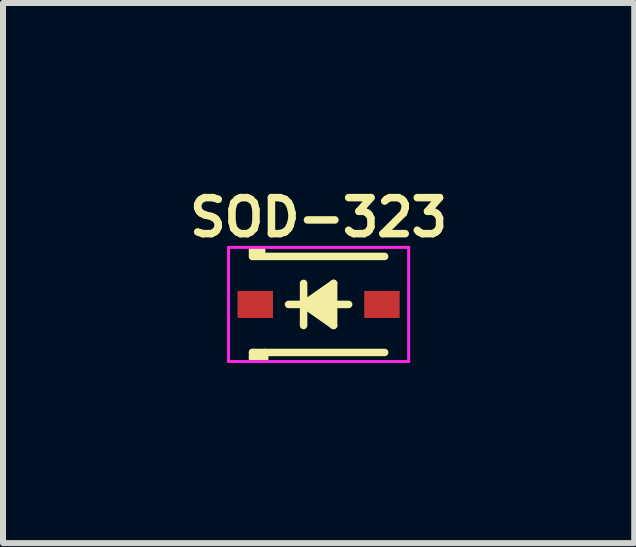
<source format=kicad_pcb>
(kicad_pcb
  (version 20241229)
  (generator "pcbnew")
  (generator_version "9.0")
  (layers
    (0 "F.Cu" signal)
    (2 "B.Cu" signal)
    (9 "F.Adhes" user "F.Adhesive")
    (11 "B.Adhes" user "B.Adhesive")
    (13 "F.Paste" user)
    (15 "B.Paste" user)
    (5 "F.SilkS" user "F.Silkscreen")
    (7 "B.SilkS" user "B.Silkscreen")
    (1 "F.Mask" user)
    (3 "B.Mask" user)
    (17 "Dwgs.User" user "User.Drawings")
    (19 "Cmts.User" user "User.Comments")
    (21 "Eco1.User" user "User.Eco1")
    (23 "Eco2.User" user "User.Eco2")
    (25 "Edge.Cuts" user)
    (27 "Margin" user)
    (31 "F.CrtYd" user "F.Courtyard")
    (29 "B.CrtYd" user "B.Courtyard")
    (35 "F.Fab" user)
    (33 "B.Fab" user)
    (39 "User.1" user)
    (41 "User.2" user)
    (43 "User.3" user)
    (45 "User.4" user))
  (footprint "SOD-323"
    (layer "F.Cu")
    (at 2.256 2.02)
    (property "Reference" "SOD-323" (at 0 -1.45 0) (layer "F.SilkS") (effects (font (size 0.6 0.6) (thickness 0.125))))
    (attr smd)
    (fp_line (start -1.1 -0.9) (end -0.95 -0.9) (stroke (width 0.125) (type solid)) (layer "F.SilkS"))
    (fp_line (start -1.1 -0.8) (end -1.1 -0.9) (stroke (width 0.125) (type solid)) (layer "F.SilkS"))
    (fp_line (start -1.1 -0.8) (end 1.1 -0.8) (stroke (width 0.125) (type solid)) (layer "F.SilkS"))
    (fp_line (start -1.1 0.8) (end -1.1 0.9) (stroke (width 0.125) (type solid)) (layer "F.SilkS"))
    (fp_line (start -1.1 0.8) (end 1.1 0.8) (stroke (width 0.125) (type solid)) (layer "F.SilkS"))
    (fp_line (start -1.1 0.9) (end -0.9 0.9) (stroke (width 0.125) (type solid)) (layer "F.SilkS"))
    (fp_line (start -0.95 -0.9) (end -0.95 -0.8) (stroke (width 0.125) (type solid)) (layer "F.SilkS"))
    (fp_line (start -0.9 0.9) (end -0.9 0.8) (stroke (width 0.125) (type solid)) (layer "F.SilkS"))
    (fp_line (start -0.25 -0.35) (end -0.25 0.35) (stroke (width 0.125) (type solid)) (layer "F.SilkS"))
    (fp_line (start -0.25 0) (end -0.5 0) (stroke (width 0.125) (type solid)) (layer "F.SilkS"))
    (fp_line (start -0.25 0) (end 0.25 -0.35) (stroke (width 0.125) (type solid)) (layer "F.SilkS"))
    (fp_line (start -0.15 0) (end 0.2 -0.1) (stroke (width 0.125) (type solid)) (layer "F.SilkS"))
    (fp_line (start -0.05 0.05) (end 0.15 0) (stroke (width 0.125) (type solid)) (layer "F.SilkS"))
    (fp_line (start 0.15 0) (end 0.1 0.1) (stroke (width 0.125) (type solid)) (layer "F.SilkS"))
    (fp_line (start 0.2 -0.2) (end -0.05 0) (stroke (width 0.125) (type solid)) (layer "F.SilkS"))
    (fp_line (start 0.2 -0.1) (end 0.2 0.2) (stroke (width 0.125) (type solid)) (layer "F.SilkS"))
    (fp_line (start 0.2 0.2) (end -0.05 0.05) (stroke (width 0.125) (type solid)) (layer "F.SilkS"))
    (fp_line (start 0.25 -0.35) (end 0.25 0.35) (stroke (width 0.125) (type solid)) (layer "F.SilkS"))
    (fp_line (start 0.25 0) (end 0.5 0) (stroke (width 0.125) (type solid)) (layer "F.SilkS"))
    (fp_line (start 0.25 0.35) (end -0.25 0) (stroke (width 0.125) (type solid)) (layer "F.SilkS"))
    (fp_line (start -1.5 -0.95) (end -1.5 0.95) (stroke (width 0.05) (type solid)) (layer "F.CrtYd"))
    (fp_line (start -1.5 -0.95) (end 1.5 -0.95) (stroke (width 0.05) (type solid)) (layer "F.CrtYd"))
    (fp_line (start -1.5 0.95) (end 1.5 0.95) (stroke (width 0.05) (type solid)) (layer "F.CrtYd"))
    (fp_line (start 1.5 -0.95) (end 1.5 0.95) (stroke (width 0.05) (type solid)) (layer "F.CrtYd"))
    (pad "A" smd rect (at 1.055 0) (size 0.59 0.45) (layers "F.Cu" "F.Mask" "F.Paste"))
    (pad "C" smd rect (at -1.055 0) (size 0.59 0.45) (layers "F.Cu" "F.Mask" "F.Paste")))
  (gr_rect
    (start -3 -3)
    (end 7.512 5.995)
    (stroke (width 0.1) (type default))
    (fill no)
    (layer "Edge.Cuts")))
</source>
